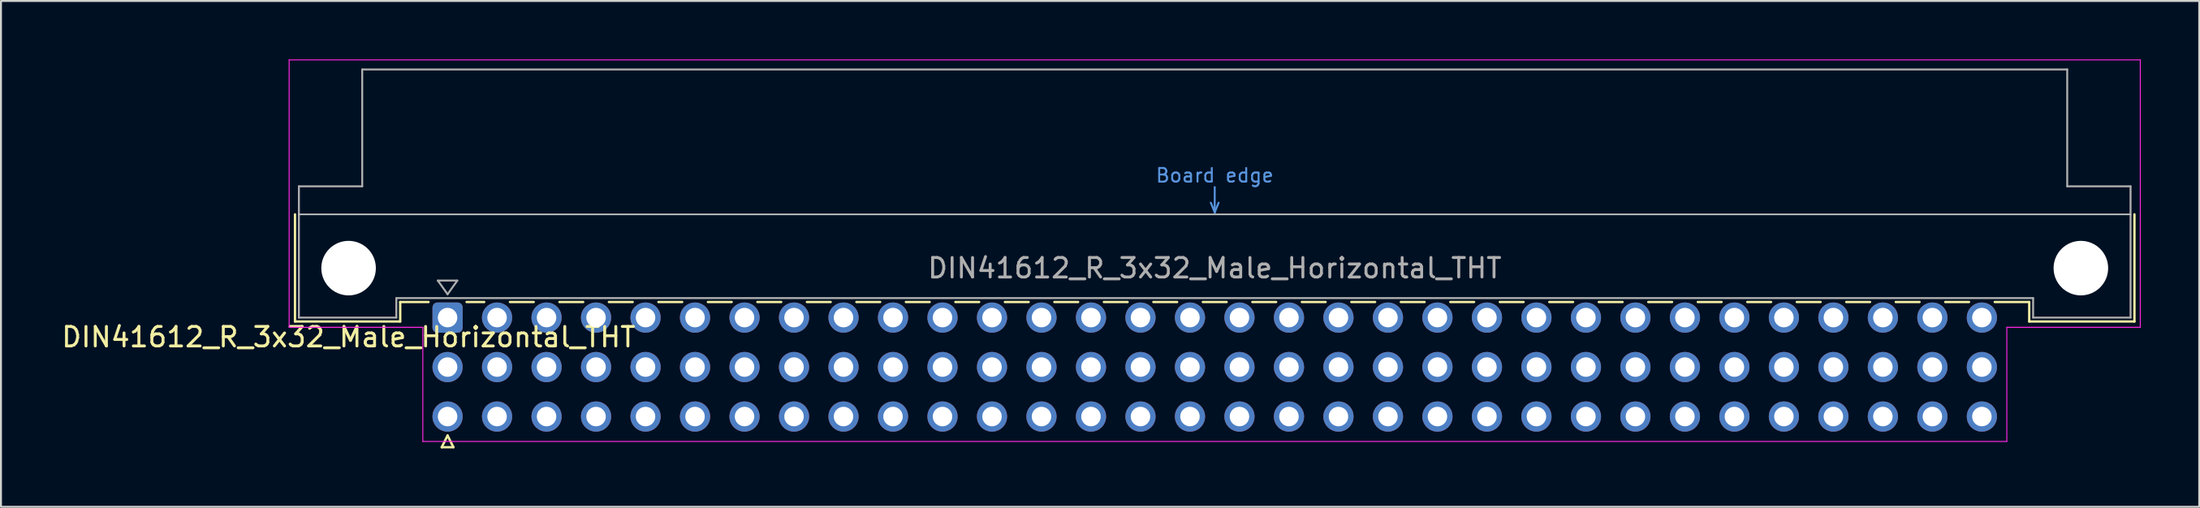
<source format=kicad_pcb>
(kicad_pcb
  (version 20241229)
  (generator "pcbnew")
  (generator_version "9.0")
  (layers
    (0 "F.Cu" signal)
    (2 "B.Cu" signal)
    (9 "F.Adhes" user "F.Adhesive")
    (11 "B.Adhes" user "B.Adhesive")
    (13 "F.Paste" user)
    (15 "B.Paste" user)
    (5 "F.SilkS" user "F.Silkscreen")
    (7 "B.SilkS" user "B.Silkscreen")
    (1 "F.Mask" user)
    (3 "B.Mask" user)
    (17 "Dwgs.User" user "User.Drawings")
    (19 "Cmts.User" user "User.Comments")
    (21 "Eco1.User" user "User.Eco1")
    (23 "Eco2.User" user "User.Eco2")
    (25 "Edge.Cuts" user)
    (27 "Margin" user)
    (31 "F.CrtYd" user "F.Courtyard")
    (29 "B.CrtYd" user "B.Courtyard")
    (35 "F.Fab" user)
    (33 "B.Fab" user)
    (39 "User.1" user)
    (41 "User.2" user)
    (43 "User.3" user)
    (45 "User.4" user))
  (footprint "DIN41612_R_3x32_Male_Horizontal_THT"
    (layer "F.Cu")
    (at 19.919 13.255)
    (property "Reference" "DIN41612_R_3x32_Male_Horizontal_THT" (at -5.08 1 0) (layer "F.SilkS") (effects (font (size 1 1) (thickness 0.15))))
    (attr through_hole)
    (fp_line (start -7.83 -5.3) (end -7.83 0.2) (stroke (width 0.12) (type solid)) (layer "F.SilkS"))
    (fp_line (start -7.83 0.2) (end -2.43 0.2) (stroke (width 0.12) (type solid)) (layer "F.SilkS"))
    (fp_line (start -2.431 -0.8) (end -0.976 -0.8) (stroke (width 0.12) (type solid)) (layer "F.SilkS"))
    (fp_line (start -2.43 0.2) (end -2.43 -0.8) (stroke (width 0.12) (type solid)) (layer "F.SilkS"))
    (fp_line (start -0.3 6.655) (end 0.3 6.655) (stroke (width 0.12) (type solid)) (layer "F.SilkS"))
    (fp_line (start 0 6.055) (end -0.3 6.655) (stroke (width 0.12) (type solid)) (layer "F.SilkS"))
    (fp_line (start 0.3 6.655) (end 0 6.055) (stroke (width 0.12) (type solid)) (layer "F.SilkS"))
    (fp_line (start 0.976 -0.8) (end 1.881 -0.8) (stroke (width 0.12) (type solid)) (layer "F.SilkS"))
    (fp_line (start 3.2 -0.8) (end 4.421 -0.8) (stroke (width 0.12) (type solid)) (layer "F.SilkS"))
    (fp_line (start 5.74 -0.8) (end 6.961 -0.8) (stroke (width 0.12) (type solid)) (layer "F.SilkS"))
    (fp_line (start 8.28 -0.8) (end 9.501 -0.8) (stroke (width 0.12) (type solid)) (layer "F.SilkS"))
    (fp_line (start 10.82 -0.8) (end 12.041 -0.8) (stroke (width 0.12) (type solid)) (layer "F.SilkS"))
    (fp_line (start 13.36 -0.8) (end 14.581 -0.8) (stroke (width 0.12) (type solid)) (layer "F.SilkS"))
    (fp_line (start 15.9 -0.8) (end 17.121 -0.8) (stroke (width 0.12) (type solid)) (layer "F.SilkS"))
    (fp_line (start 18.44 -0.8) (end 19.661 -0.8) (stroke (width 0.12) (type solid)) (layer "F.SilkS"))
    (fp_line (start 20.98 -0.8) (end 22.201 -0.8) (stroke (width 0.12) (type solid)) (layer "F.SilkS"))
    (fp_line (start 23.52 -0.8) (end 24.741 -0.8) (stroke (width 0.12) (type solid)) (layer "F.SilkS"))
    (fp_line (start 26.06 -0.8) (end 27.281 -0.8) (stroke (width 0.12) (type solid)) (layer "F.SilkS"))
    (fp_line (start 28.6 -0.8) (end 29.821 -0.8) (stroke (width 0.12) (type solid)) (layer "F.SilkS"))
    (fp_line (start 31.14 -0.8) (end 32.361 -0.8) (stroke (width 0.12) (type solid)) (layer "F.SilkS"))
    (fp_line (start 33.68 -0.8) (end 34.901 -0.8) (stroke (width 0.12) (type solid)) (layer "F.SilkS"))
    (fp_line (start 36.22 -0.8) (end 37.441 -0.8) (stroke (width 0.12) (type solid)) (layer "F.SilkS"))
    (fp_line (start 38.76 -0.8) (end 39.981 -0.8) (stroke (width 0.12) (type solid)) (layer "F.SilkS"))
    (fp_line (start 41.3 -0.8) (end 42.521 -0.8) (stroke (width 0.12) (type solid)) (layer "F.SilkS"))
    (fp_line (start 43.84 -0.8) (end 45.061 -0.8) (stroke (width 0.12) (type solid)) (layer "F.SilkS"))
    (fp_line (start 46.38 -0.8) (end 47.601 -0.8) (stroke (width 0.12) (type solid)) (layer "F.SilkS"))
    (fp_line (start 48.92 -0.8) (end 50.141 -0.8) (stroke (width 0.12) (type solid)) (layer "F.SilkS"))
    (fp_line (start 51.46 -0.8) (end 52.681 -0.8) (stroke (width 0.12) (type solid)) (layer "F.SilkS"))
    (fp_line (start 54 -0.8) (end 55.221 -0.8) (stroke (width 0.12) (type solid)) (layer "F.SilkS"))
    (fp_line (start 56.54 -0.8) (end 57.761 -0.8) (stroke (width 0.12) (type solid)) (layer "F.SilkS"))
    (fp_line (start 59.08 -0.8) (end 60.301 -0.8) (stroke (width 0.12) (type solid)) (layer "F.SilkS"))
    (fp_line (start 61.62 -0.8) (end 62.841 -0.8) (stroke (width 0.12) (type solid)) (layer "F.SilkS"))
    (fp_line (start 64.16 -0.8) (end 65.381 -0.8) (stroke (width 0.12) (type solid)) (layer "F.SilkS"))
    (fp_line (start 66.7 -0.8) (end 67.921 -0.8) (stroke (width 0.12) (type solid)) (layer "F.SilkS"))
    (fp_line (start 69.24 -0.8) (end 70.461 -0.8) (stroke (width 0.12) (type solid)) (layer "F.SilkS"))
    (fp_line (start 71.78 -0.8) (end 73.001 -0.8) (stroke (width 0.12) (type solid)) (layer "F.SilkS"))
    (fp_line (start 74.32 -0.8) (end 75.541 -0.8) (stroke (width 0.12) (type solid)) (layer "F.SilkS"))
    (fp_line (start 76.86 -0.8) (end 78.081 -0.8) (stroke (width 0.12) (type solid)) (layer "F.SilkS"))
    (fp_line (start 79.4 -0.8) (end 81.17 -0.8) (stroke (width 0.12) (type solid)) (layer "F.SilkS"))
    (fp_line (start 81.17 0.2) (end 81.17 -0.8) (stroke (width 0.12) (type solid)) (layer "F.SilkS"))
    (fp_line (start 86.57 -5.3) (end 86.57 0.2) (stroke (width 0.12) (type solid)) (layer "F.SilkS"))
    (fp_line (start 86.57 0.2) (end 81.17 0.2) (stroke (width 0.12) (type solid)) (layer "F.SilkS"))
    (fp_line (start -7.63 -5.3) (end 86.37 -5.3) (stroke (width 0.08) (type solid)) (layer "Dwgs.User"))
    (fp_line (start 39.17 -5.9) (end 39.37 -5.4) (stroke (width 0.1) (type solid)) (layer "Cmts.User"))
    (fp_line (start 39.37 -5.4) (end 39.37 -6.7) (stroke (width 0.1) (type solid)) (layer "Cmts.User"))
    (fp_line (start 39.37 -5.4) (end 39.57 -5.9) (stroke (width 0.1) (type solid)) (layer "Cmts.User"))
    (fp_line (start -8.13 -13.23) (end -8.13 0.5) (stroke (width 0.05) (type solid)) (layer "F.CrtYd"))
    (fp_line (start -8.13 0.5) (end -1.27 0.5) (stroke (width 0.05) (type solid)) (layer "F.CrtYd"))
    (fp_line (start -1.27 0.5) (end -1.27 6.36) (stroke (width 0.05) (type solid)) (layer "F.CrtYd"))
    (fp_line (start -1.27 6.36) (end 80.02 6.36) (stroke (width 0.05) (type solid)) (layer "F.CrtYd"))
    (fp_line (start 80.02 0.5) (end 86.87 0.5) (stroke (width 0.05) (type solid)) (layer "F.CrtYd"))
    (fp_line (start 80.02 6.36) (end 80.02 0.5) (stroke (width 0.05) (type solid)) (layer "F.CrtYd"))
    (fp_line (start 86.87 -13.23) (end -8.13 -13.23) (stroke (width 0.05) (type solid)) (layer "F.CrtYd"))
    (fp_line (start 86.87 0.5) (end 86.87 -13.23) (stroke (width 0.05) (type solid)) (layer "F.CrtYd"))
    (fp_line (start -7.63 -6.74) (end -7.63 0) (stroke (width 0.1) (type solid)) (layer "F.Fab"))
    (fp_line (start -7.63 0) (end -2.63 0) (stroke (width 0.1) (type solid)) (layer "F.Fab"))
    (fp_line (start -4.38 -12.74) (end -4.38 -6.74) (stroke (width 0.1) (type solid)) (layer "F.Fab"))
    (fp_line (start -4.38 -6.74) (end -7.63 -6.74) (stroke (width 0.1) (type solid)) (layer "F.Fab"))
    (fp_line (start -2.63 -1) (end 81.37 -1) (stroke (width 0.1) (type solid)) (layer "F.Fab"))
    (fp_line (start -2.63 0) (end -2.63 -1) (stroke (width 0.1) (type solid)) (layer "F.Fab"))
    (fp_line (start -0.5 -1.9) (end 0.5 -1.9) (stroke (width 0.1) (type solid)) (layer "F.Fab"))
    (fp_line (start 0 -1.2) (end -0.5 -1.9) (stroke (width 0.1) (type solid)) (layer "F.Fab"))
    (fp_line (start 0.5 -1.9) (end 0 -1.2) (stroke (width 0.1) (type solid)) (layer "F.Fab"))
    (fp_line (start 81.37 -1) (end 81.37 0) (stroke (width 0.1) (type solid)) (layer "F.Fab"))
    (fp_line (start 81.37 0) (end 86.37 0) (stroke (width 0.1) (type solid)) (layer "F.Fab"))
    (fp_line (start 83.12 -12.74) (end -4.38 -12.74) (stroke (width 0.1) (type solid)) (layer "F.Fab"))
    (fp_line (start 83.12 -6.74) (end 83.12 -12.74) (stroke (width 0.1) (type solid)) (layer "F.Fab"))
    (fp_line (start 86.37 -6.74) (end 83.12 -6.74) (stroke (width 0.1) (type solid)) (layer "F.Fab"))
    (fp_line (start 86.37 0) (end 86.37 -6.74) (stroke (width 0.1) (type solid)) (layer "F.Fab"))
    (fp_text user "Board edge" (at 39.37 -7.3 0) (layer "Cmts.User") (effects (font (size 0.7 0.7) (thickness 0.1))))
    (fp_text user "${REFERENCE}" (at 39.37 -2.54 0) (layer "F.Fab") (effects (font (size 1 1) (thickness 0.15))))
    (pad "" np_thru_hole circle (at -5.08 -2.54) (size 2.8 2.8) (drill 2.8) (layers "*.Cu" "*.Mask"))
    (pad "" np_thru_hole circle (at 83.82 -2.54) (size 2.8 2.8) (drill 2.8) (layers "*.Cu" "*.Mask"))
    (pad "a1" thru_hole roundrect (at 0 0) (size 1.55 1.55) (drill 1) (layers "*.Cu" "*.Mask") (roundrect_rratio 0.161))
    (pad "a2" thru_hole circle (at 2.54 0) (size 1.55 1.55) (drill 1) (layers "*.Cu" "*.Mask"))
    (pad "a3" thru_hole circle (at 5.08 0) (size 1.55 1.55) (drill 1) (layers "*.Cu" "*.Mask"))
    (pad "a4" thru_hole circle (at 7.62 0) (size 1.55 1.55) (drill 1) (layers "*.Cu" "*.Mask"))
    (pad "a5" thru_hole circle (at 10.16 0) (size 1.55 1.55) (drill 1) (layers "*.Cu" "*.Mask"))
    (pad "a6" thru_hole circle (at 12.7 0) (size 1.55 1.55) (drill 1) (layers "*.Cu" "*.Mask"))
    (pad "a7" thru_hole circle (at 15.24 0) (size 1.55 1.55) (drill 1) (layers "*.Cu" "*.Mask"))
    (pad "a8" thru_hole circle (at 17.78 0) (size 1.55 1.55) (drill 1) (layers "*.Cu" "*.Mask"))
    (pad "a9" thru_hole circle (at 20.32 0) (size 1.55 1.55) (drill 1) (layers "*.Cu" "*.Mask"))
    (pad "a10" thru_hole circle (at 22.86 0) (size 1.55 1.55) (drill 1) (layers "*.Cu" "*.Mask"))
    (pad "a11" thru_hole circle (at 25.4 0) (size 1.55 1.55) (drill 1) (layers "*.Cu" "*.Mask"))
    (pad "a12" thru_hole circle (at 27.94 0) (size 1.55 1.55) (drill 1) (layers "*.Cu" "*.Mask"))
    (pad "a13" thru_hole circle (at 30.48 0) (size 1.55 1.55) (drill 1) (layers "*.Cu" "*.Mask"))
    (pad "a14" thru_hole circle (at 33.02 0) (size 1.55 1.55) (drill 1) (layers "*.Cu" "*.Mask"))
    (pad "a15" thru_hole circle (at 35.56 0) (size 1.55 1.55) (drill 1) (layers "*.Cu" "*.Mask"))
    (pad "a16" thru_hole circle (at 38.1 0) (size 1.55 1.55) (drill 1) (layers "*.Cu" "*.Mask"))
    (pad "a17" thru_hole circle (at 40.64 0) (size 1.55 1.55) (drill 1) (layers "*.Cu" "*.Mask"))
    (pad "a18" thru_hole circle (at 43.18 0) (size 1.55 1.55) (drill 1) (layers "*.Cu" "*.Mask"))
    (pad "a19" thru_hole circle (at 45.72 0) (size 1.55 1.55) (drill 1) (layers "*.Cu" "*.Mask"))
    (pad "a20" thru_hole circle (at 48.26 0) (size 1.55 1.55) (drill 1) (layers "*.Cu" "*.Mask"))
    (pad "a21" thru_hole circle (at 50.8 0) (size 1.55 1.55) (drill 1) (layers "*.Cu" "*.Mask"))
    (pad "a22" thru_hole circle (at 53.34 0) (size 1.55 1.55) (drill 1) (layers "*.Cu" "*.Mask"))
    (pad "a23" thru_hole circle (at 55.88 0) (size 1.55 1.55) (drill 1) (layers "*.Cu" "*.Mask"))
    (pad "a24" thru_hole circle (at 58.42 0) (size 1.55 1.55) (drill 1) (layers "*.Cu" "*.Mask"))
    (pad "a25" thru_hole circle (at 60.96 0) (size 1.55 1.55) (drill 1) (layers "*.Cu" "*.Mask"))
    (pad "a26" thru_hole circle (at 63.5 0) (size 1.55 1.55) (drill 1) (layers "*.Cu" "*.Mask"))
    (pad "a27" thru_hole circle (at 66.04 0) (size 1.55 1.55) (drill 1) (layers "*.Cu" "*.Mask"))
    (pad "a28" thru_hole circle (at 68.58 0) (size 1.55 1.55) (drill 1) (layers "*.Cu" "*.Mask"))
    (pad "a29" thru_hole circle (at 71.12 0) (size 1.55 1.55) (drill 1) (layers "*.Cu" "*.Mask"))
    (pad "a30" thru_hole circle (at 73.66 0) (size 1.55 1.55) (drill 1) (layers "*.Cu" "*.Mask"))
    (pad "a31" thru_hole circle (at 76.2 0) (size 1.55 1.55) (drill 1) (layers "*.Cu" "*.Mask"))
    (pad "a32" thru_hole circle (at 78.74 0) (size 1.55 1.55) (drill 1) (layers "*.Cu" "*.Mask"))
    (pad "b1" thru_hole circle (at 0 2.54) (size 1.55 1.55) (drill 1) (layers "*.Cu" "*.Mask"))
    (pad "b2" thru_hole circle (at 2.54 2.54) (size 1.55 1.55) (drill 1) (layers "*.Cu" "*.Mask"))
    (pad "b3" thru_hole circle (at 5.08 2.54) (size 1.55 1.55) (drill 1) (layers "*.Cu" "*.Mask"))
    (pad "b4" thru_hole circle (at 7.62 2.54) (size 1.55 1.55) (drill 1) (layers "*.Cu" "*.Mask"))
    (pad "b5" thru_hole circle (at 10.16 2.54) (size 1.55 1.55) (drill 1) (layers "*.Cu" "*.Mask"))
    (pad "b6" thru_hole circle (at 12.7 2.54) (size 1.55 1.55) (drill 1) (layers "*.Cu" "*.Mask"))
    (pad "b7" thru_hole circle (at 15.24 2.54) (size 1.55 1.55) (drill 1) (layers "*.Cu" "*.Mask"))
    (pad "b8" thru_hole circle (at 17.78 2.54) (size 1.55 1.55) (drill 1) (layers "*.Cu" "*.Mask"))
    (pad "b9" thru_hole circle (at 20.32 2.54) (size 1.55 1.55) (drill 1) (layers "*.Cu" "*.Mask"))
    (pad "b10" thru_hole circle (at 22.86 2.54) (size 1.55 1.55) (drill 1) (layers "*.Cu" "*.Mask"))
    (pad "b11" thru_hole circle (at 25.4 2.54) (size 1.55 1.55) (drill 1) (layers "*.Cu" "*.Mask"))
    (pad "b12" thru_hole circle (at 27.94 2.54) (size 1.55 1.55) (drill 1) (layers "*.Cu" "*.Mask"))
    (pad "b13" thru_hole circle (at 30.48 2.54) (size 1.55 1.55) (drill 1) (layers "*.Cu" "*.Mask"))
    (pad "b14" thru_hole circle (at 33.02 2.54) (size 1.55 1.55) (drill 1) (layers "*.Cu" "*.Mask"))
    (pad "b15" thru_hole circle (at 35.56 2.54) (size 1.55 1.55) (drill 1) (layers "*.Cu" "*.Mask"))
    (pad "b16" thru_hole circle (at 38.1 2.54) (size 1.55 1.55) (drill 1) (layers "*.Cu" "*.Mask"))
    (pad "b17" thru_hole circle (at 40.64 2.54) (size 1.55 1.55) (drill 1) (layers "*.Cu" "*.Mask"))
    (pad "b18" thru_hole circle (at 43.18 2.54) (size 1.55 1.55) (drill 1) (layers "*.Cu" "*.Mask"))
    (pad "b19" thru_hole circle (at 45.72 2.54) (size 1.55 1.55) (drill 1) (layers "*.Cu" "*.Mask"))
    (pad "b20" thru_hole circle (at 48.26 2.54) (size 1.55 1.55) (drill 1) (layers "*.Cu" "*.Mask"))
    (pad "b21" thru_hole circle (at 50.8 2.54) (size 1.55 1.55) (drill 1) (layers "*.Cu" "*.Mask"))
    (pad "b22" thru_hole circle (at 53.34 2.54) (size 1.55 1.55) (drill 1) (layers "*.Cu" "*.Mask"))
    (pad "b23" thru_hole circle (at 55.88 2.54) (size 1.55 1.55) (drill 1) (layers "*.Cu" "*.Mask"))
    (pad "b24" thru_hole circle (at 58.42 2.54) (size 1.55 1.55) (drill 1) (layers "*.Cu" "*.Mask"))
    (pad "b25" thru_hole circle (at 60.96 2.54) (size 1.55 1.55) (drill 1) (layers "*.Cu" "*.Mask"))
    (pad "b26" thru_hole circle (at 63.5 2.54) (size 1.55 1.55) (drill 1) (layers "*.Cu" "*.Mask"))
    (pad "b27" thru_hole circle (at 66.04 2.54) (size 1.55 1.55) (drill 1) (layers "*.Cu" "*.Mask"))
    (pad "b28" thru_hole circle (at 68.58 2.54) (size 1.55 1.55) (drill 1) (layers "*.Cu" "*.Mask"))
    (pad "b29" thru_hole circle (at 71.12 2.54) (size 1.55 1.55) (drill 1) (layers "*.Cu" "*.Mask"))
    (pad "b30" thru_hole circle (at 73.66 2.54) (size 1.55 1.55) (drill 1) (layers "*.Cu" "*.Mask"))
    (pad "b31" thru_hole circle (at 76.2 2.54) (size 1.55 1.55) (drill 1) (layers "*.Cu" "*.Mask"))
    (pad "b32" thru_hole circle (at 78.74 2.54) (size 1.55 1.55) (drill 1) (layers "*.Cu" "*.Mask"))
    (pad "c1" thru_hole circle (at 0 5.08) (size 1.55 1.55) (drill 1) (layers "*.Cu" "*.Mask"))
    (pad "c2" thru_hole circle (at 2.54 5.08) (size 1.55 1.55) (drill 1) (layers "*.Cu" "*.Mask"))
    (pad "c3" thru_hole circle (at 5.08 5.08) (size 1.55 1.55) (drill 1) (layers "*.Cu" "*.Mask"))
    (pad "c4" thru_hole circle (at 7.62 5.08) (size 1.55 1.55) (drill 1) (layers "*.Cu" "*.Mask"))
    (pad "c5" thru_hole circle (at 10.16 5.08) (size 1.55 1.55) (drill 1) (layers "*.Cu" "*.Mask"))
    (pad "c6" thru_hole circle (at 12.7 5.08) (size 1.55 1.55) (drill 1) (layers "*.Cu" "*.Mask"))
    (pad "c7" thru_hole circle (at 15.24 5.08) (size 1.55 1.55) (drill 1) (layers "*.Cu" "*.Mask"))
    (pad "c8" thru_hole circle (at 17.78 5.08) (size 1.55 1.55) (drill 1) (layers "*.Cu" "*.Mask"))
    (pad "c9" thru_hole circle (at 20.32 5.08) (size 1.55 1.55) (drill 1) (layers "*.Cu" "*.Mask"))
    (pad "c10" thru_hole circle (at 22.86 5.08) (size 1.55 1.55) (drill 1) (layers "*.Cu" "*.Mask"))
    (pad "c11" thru_hole circle (at 25.4 5.08) (size 1.55 1.55) (drill 1) (layers "*.Cu" "*.Mask"))
    (pad "c12" thru_hole circle (at 27.94 5.08) (size 1.55 1.55) (drill 1) (layers "*.Cu" "*.Mask"))
    (pad "c13" thru_hole circle (at 30.48 5.08) (size 1.55 1.55) (drill 1) (layers "*.Cu" "*.Mask"))
    (pad "c14" thru_hole circle (at 33.02 5.08) (size 1.55 1.55) (drill 1) (layers "*.Cu" "*.Mask"))
    (pad "c15" thru_hole circle (at 35.56 5.08) (size 1.55 1.55) (drill 1) (layers "*.Cu" "*.Mask"))
    (pad "c16" thru_hole circle (at 38.1 5.08) (size 1.55 1.55) (drill 1) (layers "*.Cu" "*.Mask"))
    (pad "c17" thru_hole circle (at 40.64 5.08) (size 1.55 1.55) (drill 1) (layers "*.Cu" "*.Mask"))
    (pad "c18" thru_hole circle (at 43.18 5.08) (size 1.55 1.55) (drill 1) (layers "*.Cu" "*.Mask"))
    (pad "c19" thru_hole circle (at 45.72 5.08) (size 1.55 1.55) (drill 1) (layers "*.Cu" "*.Mask"))
    (pad "c20" thru_hole circle (at 48.26 5.08) (size 1.55 1.55) (drill 1) (layers "*.Cu" "*.Mask"))
    (pad "c21" thru_hole circle (at 50.8 5.08) (size 1.55 1.55) (drill 1) (layers "*.Cu" "*.Mask"))
    (pad "c22" thru_hole circle (at 53.34 5.08) (size 1.55 1.55) (drill 1) (layers "*.Cu" "*.Mask"))
    (pad "c23" thru_hole circle (at 55.88 5.08) (size 1.55 1.55) (drill 1) (layers "*.Cu" "*.Mask"))
    (pad "c24" thru_hole circle (at 58.42 5.08) (size 1.55 1.55) (drill 1) (layers "*.Cu" "*.Mask"))
    (pad "c25" thru_hole circle (at 60.96 5.08) (size 1.55 1.55) (drill 1) (layers "*.Cu" "*.Mask"))
    (pad "c26" thru_hole circle (at 63.5 5.08) (size 1.55 1.55) (drill 1) (layers "*.Cu" "*.Mask"))
    (pad "c27" thru_hole circle (at 66.04 5.08) (size 1.55 1.55) (drill 1) (layers "*.Cu" "*.Mask"))
    (pad "c28" thru_hole circle (at 68.58 5.08) (size 1.55 1.55) (drill 1) (layers "*.Cu" "*.Mask"))
    (pad "c29" thru_hole circle (at 71.12 5.08) (size 1.55 1.55) (drill 1) (layers "*.Cu" "*.Mask"))
    (pad "c30" thru_hole circle (at 73.66 5.08) (size 1.55 1.55) (drill 1) (layers "*.Cu" "*.Mask"))
    (pad "c31" thru_hole circle (at 76.2 5.08) (size 1.55 1.55) (drill 1) (layers "*.Cu" "*.Mask"))
    (pad "c32" thru_hole circle (at 78.74 5.08) (size 1.55 1.55) (drill 1) (layers "*.Cu" "*.Mask")))
  (gr_rect
    (start -3 -3)
    (end 109.814 22.97)
    (stroke (width 0.1) (type default))
    (fill no)
    (layer "Edge.Cuts")))
</source>
